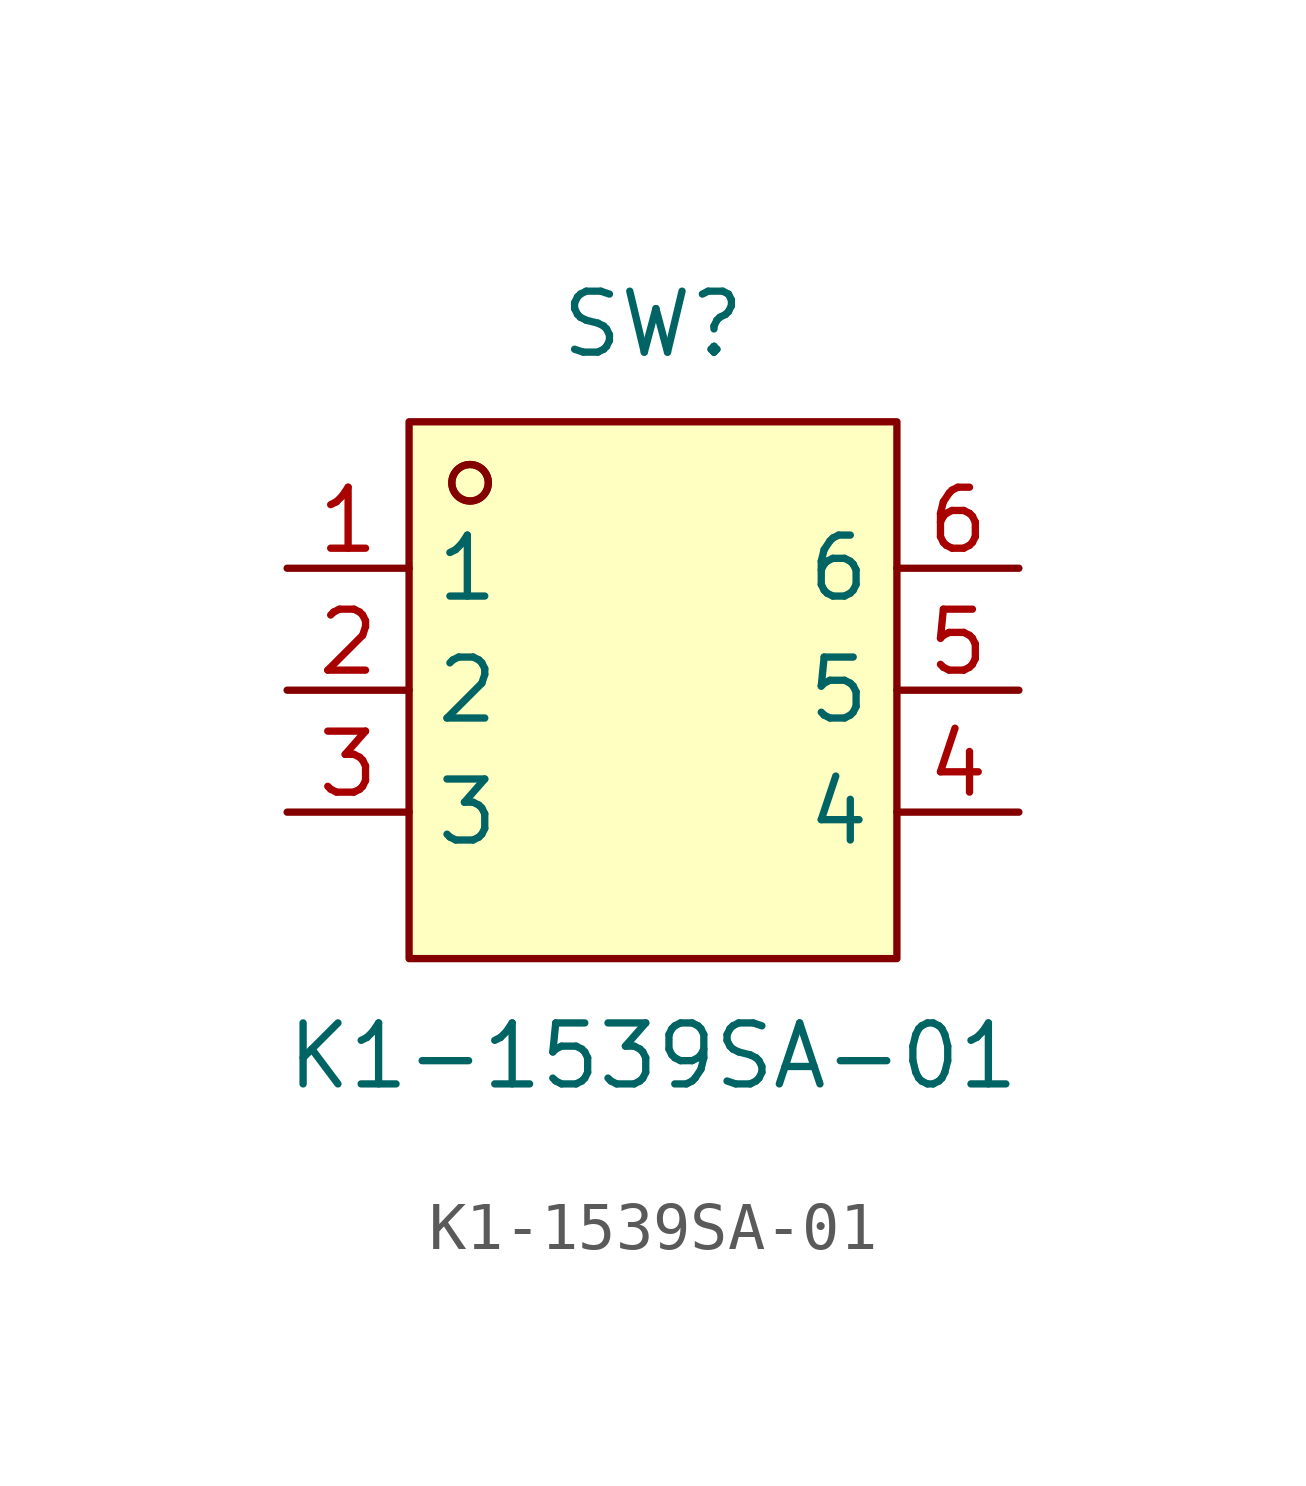
<source format=kicad_sym>
(kicad_symbol_lib
  (version 20211014)
  (generator https://github.com/uPesy/easyeda2kicad.py)
  (symbol "K1-1539SA-01"
    (property "Reference" "SW"
      (at 0 7.62 0)
      (effects (font (size 1.27 1.27))))
    (property "Value" "K1-1539SA-01"
      (at 0 -7.62 0)
      (effects (font (size 1.27 1.27))))
    (symbol "K1-1539SA-01_0_1"
      (rectangle (start -5.08 5.59) (end 5.08 -5.59) (stroke (width 0) (type default) (color 0 0 0 0)) (fill (type background)))
      (circle (center -3.81 4.32) (radius 0.38) (stroke (width 0) (type default) (color 0 0 0 0)) (fill (type none)))
      (circle (center -3.81 4.32) (radius 0.38) (stroke (width 0) (type default) (color 0 0 0 0)) (fill (type none)))
      (pin unspecified line (at -7.62 2.54 0) (length 2.54) (name "1" (effects (font (size 1.27 1.27)))) (number "1" (effects (font (size 1.27 1.27)))))
      (pin unspecified line (at -7.62 -0.00 0) (length 2.54) (name "2" (effects (font (size 1.27 1.27)))) (number "2" (effects (font (size 1.27 1.27)))))
      (pin unspecified line (at -7.62 -2.54 0) (length 2.54) (name "3" (effects (font (size 1.27 1.27)))) (number "3" (effects (font (size 1.27 1.27)))))
      (pin unspecified line (at 7.62 -2.54 180) (length 2.54) (name "4" (effects (font (size 1.27 1.27)))) (number "4" (effects (font (size 1.27 1.27)))))
      (pin unspecified line (at 7.62 -0.00 180) (length 2.54) (name "5" (effects (font (size 1.27 1.27)))) (number "5" (effects (font (size 1.27 1.27)))))
      (pin unspecified line (at 7.62 2.54 180) (length 2.54) (name "6" (effects (font (size 1.27 1.27)))) (number "6" (effects (font (size 1.27 1.27))))))))
</source>
